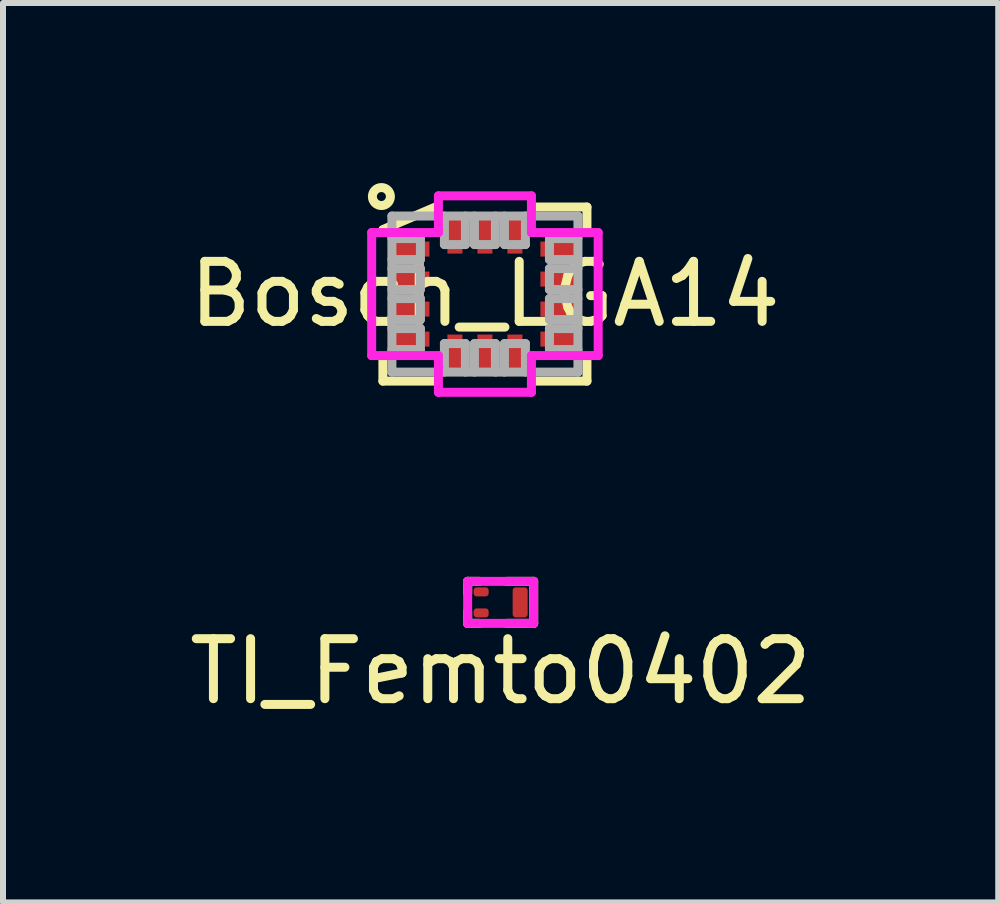
<source format=kicad_pcb>
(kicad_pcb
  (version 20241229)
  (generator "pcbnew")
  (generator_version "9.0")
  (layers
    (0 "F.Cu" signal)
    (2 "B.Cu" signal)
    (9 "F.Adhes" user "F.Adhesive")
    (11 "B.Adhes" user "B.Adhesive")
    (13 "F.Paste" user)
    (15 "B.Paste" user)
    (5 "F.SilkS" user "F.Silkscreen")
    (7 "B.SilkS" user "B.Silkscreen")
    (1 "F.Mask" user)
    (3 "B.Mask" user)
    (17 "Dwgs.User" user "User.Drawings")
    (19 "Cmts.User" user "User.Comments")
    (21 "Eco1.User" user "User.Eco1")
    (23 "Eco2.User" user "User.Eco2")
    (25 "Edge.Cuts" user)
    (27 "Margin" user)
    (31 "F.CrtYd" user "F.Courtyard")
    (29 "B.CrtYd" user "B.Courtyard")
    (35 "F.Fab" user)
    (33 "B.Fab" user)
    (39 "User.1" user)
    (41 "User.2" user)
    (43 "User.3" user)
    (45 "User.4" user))
  (footprint "Bosch_LGA14"
    (layer "F.Cu")
    (at 5.03 1.85)
    (property "Reference" "Bosch_LGA14" (at 0 0 0) (layer "F.SilkS") (effects (font (size 1 1) (thickness 0.15))))
    (attr through_hole)
    (fp_line (start -1.7 -1.075) (end -0.825 -1.45) (stroke (width 0.15) (type solid)) (layer "F.SilkS"))
    (fp_line (start -1.7 1.45) (end -1.7 1.075) (stroke (width 0.15) (type solid)) (layer "F.SilkS"))
    (fp_line (start -0.825 1.45) (end -1.7 1.45) (stroke (width 0.15) (type solid)) (layer "F.SilkS"))
    (fp_line (start 0.825 -1.45) (end 1.7 -1.45) (stroke (width 0.15) (type solid)) (layer "F.SilkS"))
    (fp_line (start 1.7 -1.45) (end 1.7 -1.075) (stroke (width 0.15) (type solid)) (layer "F.SilkS"))
    (fp_line (start 1.7 1.075) (end 1.7 1.45) (stroke (width 0.15) (type solid)) (layer "F.SilkS"))
    (fp_line (start 1.7 1.45) (end 0.825 1.45) (stroke (width 0.15) (type solid)) (layer "F.SilkS"))
    (fp_circle (center -1.725 -1.625) (end -1.725 -1.475) (stroke (width 0.15) (type solid)) (fill no) (layer "F.SilkS"))
    (fp_line (start -1.887 -1.025) (end -0.775 -1.025) (stroke (width 0.15) (type solid)) (layer "F.CrtYd"))
    (fp_line (start -1.887 1.025) (end -1.887 -1.025) (stroke (width 0.15) (type solid)) (layer "F.CrtYd"))
    (fp_line (start -0.775 -1.637) (end 0.775 -1.637) (stroke (width 0.15) (type solid)) (layer "F.CrtYd"))
    (fp_line (start -0.775 -1.025) (end -0.775 -1.637) (stroke (width 0.15) (type solid)) (layer "F.CrtYd"))
    (fp_line (start -0.775 1.025) (end -1.887 1.025) (stroke (width 0.15) (type solid)) (layer "F.CrtYd"))
    (fp_line (start -0.775 1.637) (end -0.775 1.025) (stroke (width 0.15) (type solid)) (layer "F.CrtYd"))
    (fp_line (start 0.775 -1.637) (end 0.775 -1.025) (stroke (width 0.15) (type solid)) (layer "F.CrtYd"))
    (fp_line (start 0.775 -1.025) (end 1.887 -1.025) (stroke (width 0.15) (type solid)) (layer "F.CrtYd"))
    (fp_line (start 0.775 1.025) (end 0.775 1.637) (stroke (width 0.15) (type solid)) (layer "F.CrtYd"))
    (fp_line (start 0.775 1.637) (end -0.775 1.637) (stroke (width 0.15) (type solid)) (layer "F.CrtYd"))
    (fp_line (start 1.887 -1.025) (end 1.887 1.025) (stroke (width 0.15) (type solid)) (layer "F.CrtYd"))
    (fp_line (start 1.887 1.025) (end 0.775 1.025) (stroke (width 0.15) (type solid)) (layer "F.CrtYd"))
    (fp_line (start -1.55 -1.3) (end 1.55 -1.3) (stroke (width 0.15) (type solid)) (layer "F.Fab"))
    (fp_line (start -1.55 -0.925) (end -1.075 -0.925) (stroke (width 0.15) (type solid)) (layer "F.Fab"))
    (fp_line (start -1.55 -0.425) (end -1.075 -0.425) (stroke (width 0.15) (type solid)) (layer "F.Fab"))
    (fp_line (start -1.55 0.075) (end -1.075 0.075) (stroke (width 0.15) (type solid)) (layer "F.Fab"))
    (fp_line (start -1.55 0.575) (end -1.075 0.575) (stroke (width 0.15) (type solid)) (layer "F.Fab"))
    (fp_line (start -1.55 1.3) (end -1.55 -1.3) (stroke (width 0.15) (type solid)) (layer "F.Fab"))
    (fp_line (start -1.075 -0.925) (end -1.075 -0.575) (stroke (width 0.15) (type solid)) (layer "F.Fab"))
    (fp_line (start -1.075 -0.575) (end -1.55 -0.575) (stroke (width 0.15) (type solid)) (layer "F.Fab"))
    (fp_line (start -1.075 -0.425) (end -1.075 -0.075) (stroke (width 0.15) (type solid)) (layer "F.Fab"))
    (fp_line (start -1.075 -0.075) (end -1.55 -0.075) (stroke (width 0.15) (type solid)) (layer "F.Fab"))
    (fp_line (start -1.075 0.075) (end -1.075 0.425) (stroke (width 0.15) (type solid)) (layer "F.Fab"))
    (fp_line (start -1.075 0.425) (end -1.55 0.425) (stroke (width 0.15) (type solid)) (layer "F.Fab"))
    (fp_line (start -1.075 0.575) (end -1.075 0.925) (stroke (width 0.15) (type solid)) (layer "F.Fab"))
    (fp_line (start -1.075 0.925) (end -1.55 0.925) (stroke (width 0.15) (type solid)) (layer "F.Fab"))
    (fp_line (start -0.675 -0.825) (end -0.675 -1.3) (stroke (width 0.15) (type solid)) (layer "F.Fab"))
    (fp_line (start -0.675 0.825) (end -0.325 0.825) (stroke (width 0.15) (type solid)) (layer "F.Fab"))
    (fp_line (start -0.675 1.3) (end -0.675 0.825) (stroke (width 0.15) (type solid)) (layer "F.Fab"))
    (fp_line (start -0.325 -1.3) (end -0.325 -0.825) (stroke (width 0.15) (type solid)) (layer "F.Fab"))
    (fp_line (start -0.325 -0.825) (end -0.675 -0.825) (stroke (width 0.15) (type solid)) (layer "F.Fab"))
    (fp_line (start -0.325 0.825) (end -0.325 1.3) (stroke (width 0.15) (type solid)) (layer "F.Fab"))
    (fp_line (start -0.175 -0.825) (end -0.175 -1.3) (stroke (width 0.15) (type solid)) (layer "F.Fab"))
    (fp_line (start -0.175 0.825) (end 0.175 0.825) (stroke (width 0.15) (type solid)) (layer "F.Fab"))
    (fp_line (start -0.175 1.3) (end -0.175 0.825) (stroke (width 0.15) (type solid)) (layer "F.Fab"))
    (fp_line (start 0.175 -1.3) (end 0.175 -0.825) (stroke (width 0.15) (type solid)) (layer "F.Fab"))
    (fp_line (start 0.175 -0.825) (end -0.175 -0.825) (stroke (width 0.15) (type solid)) (layer "F.Fab"))
    (fp_line (start 0.175 0.825) (end 0.175 1.3) (stroke (width 0.15) (type solid)) (layer "F.Fab"))
    (fp_line (start 0.325 -0.825) (end 0.325 -1.3) (stroke (width 0.15) (type solid)) (layer "F.Fab"))
    (fp_line (start 0.325 0.825) (end 0.675 0.825) (stroke (width 0.15) (type solid)) (layer "F.Fab"))
    (fp_line (start 0.325 1.3) (end 0.325 0.825) (stroke (width 0.15) (type solid)) (layer "F.Fab"))
    (fp_line (start 0.675 -1.3) (end 0.675 -0.825) (stroke (width 0.15) (type solid)) (layer "F.Fab"))
    (fp_line (start 0.675 -0.825) (end 0.325 -0.825) (stroke (width 0.15) (type solid)) (layer "F.Fab"))
    (fp_line (start 0.675 0.825) (end 0.675 1.3) (stroke (width 0.15) (type solid)) (layer "F.Fab"))
    (fp_line (start 1.075 -0.925) (end 1.55 -0.925) (stroke (width 0.15) (type solid)) (layer "F.Fab"))
    (fp_line (start 1.075 -0.575) (end 1.075 -0.925) (stroke (width 0.15) (type solid)) (layer "F.Fab"))
    (fp_line (start 1.075 -0.425) (end 1.55 -0.425) (stroke (width 0.15) (type solid)) (layer "F.Fab"))
    (fp_line (start 1.075 -0.075) (end 1.075 -0.425) (stroke (width 0.15) (type solid)) (layer "F.Fab"))
    (fp_line (start 1.075 0.075) (end 1.55 0.075) (stroke (width 0.15) (type solid)) (layer "F.Fab"))
    (fp_line (start 1.075 0.425) (end 1.075 0.075) (stroke (width 0.15) (type solid)) (layer "F.Fab"))
    (fp_line (start 1.075 0.575) (end 1.55 0.575) (stroke (width 0.15) (type solid)) (layer "F.Fab"))
    (fp_line (start 1.075 0.925) (end 1.075 0.575) (stroke (width 0.15) (type solid)) (layer "F.Fab"))
    (fp_line (start 1.55 -1.3) (end 1.55 1.3) (stroke (width 0.15) (type solid)) (layer "F.Fab"))
    (fp_line (start 1.55 -0.575) (end 1.075 -0.575) (stroke (width 0.15) (type solid)) (layer "F.Fab"))
    (fp_line (start 1.55 -0.075) (end 1.075 -0.075) (stroke (width 0.15) (type solid)) (layer "F.Fab"))
    (fp_line (start 1.55 0.425) (end 1.075 0.425) (stroke (width 0.15) (type solid)) (layer "F.Fab"))
    (fp_line (start 1.55 0.925) (end 1.075 0.925) (stroke (width 0.15) (type solid)) (layer "F.Fab"))
    (fp_line (start 1.55 1.3) (end -1.55 1.3) (stroke (width 0.15) (type solid)) (layer "F.Fab"))
    (pad "1" smd rect (at -1.262 -0.75) (size 0.675 0.25) (layers "F.Cu" "F.Mask" "F.Paste"))
    (pad "2" smd rect (at -1.262 -0.25) (size 0.675 0.25) (layers "F.Cu" "F.Mask" "F.Paste"))
    (pad "3" smd rect (at -1.262 0.25) (size 0.675 0.25) (layers "F.Cu" "F.Mask" "F.Paste"))
    (pad "4" smd rect (at -1.262 0.75) (size 0.675 0.25) (layers "F.Cu" "F.Mask" "F.Paste"))
    (pad "5" smd rect (at -0.5 1.012) (size 0.25 0.675) (layers "F.Cu" "F.Mask" "F.Paste"))
    (pad "6" smd rect (at 0 1.012) (size 0.25 0.675) (layers "F.Cu" "F.Mask" "F.Paste"))
    (pad "7" smd rect (at 0.5 1.012) (size 0.25 0.675) (layers "F.Cu" "F.Mask" "F.Paste"))
    (pad "8" smd rect (at 1.262 0.75) (size 0.675 0.25) (layers "F.Cu" "F.Mask" "F.Paste"))
    (pad "9" smd rect (at 1.262 0.25) (size 0.675 0.25) (layers "F.Cu" "F.Mask" "F.Paste"))
    (pad "10" smd rect (at 1.262 -0.25) (size 0.675 0.25) (layers "F.Cu" "F.Mask" "F.Paste"))
    (pad "11" smd rect (at 1.262 -0.75) (size 0.675 0.25) (layers "F.Cu" "F.Mask" "F.Paste"))
    (pad "12" smd rect (at 0.5 -1.012) (size 0.25 0.675) (layers "F.Cu" "F.Mask" "F.Paste"))
    (pad "13" smd rect (at 0 -1.012) (size 0.25 0.675) (layers "F.Cu" "F.Mask" "F.Paste"))
    (pad "14" smd rect (at -0.5 -1.012) (size 0.25 0.675) (layers "F.Cu" "F.Mask" "F.Paste")))
  (footprint "TI_Femto0402"
    (layer "F.Cu")
    (at 5.292 6.987)
    (property "Reference" "TI_Femto0402" (at 0 1.15 0) (layer "F.SilkS") (effects (font (size 1 1) (thickness 0.15))))
    (attr through_hole)
    (fp_line (start -0.55 -0.35) (end -0.55 -0.15) (stroke (width 0.15) (type solid)) (layer "F.SilkS"))
    (fp_line (start -0.55 0.15) (end -0.55 0.35) (stroke (width 0.15) (type solid)) (layer "F.SilkS"))
    (fp_line (start -0.55 0.35) (end -0.35 0.35) (stroke (width 0.15) (type solid)) (layer "F.SilkS"))
    (fp_line (start -0.35 -0.35) (end -0.55 -0.35) (stroke (width 0.15) (type solid)) (layer "F.SilkS"))
    (fp_line (start 0.1 -0.35) (end 0.55 -0.35) (stroke (width 0.15) (type solid)) (layer "F.SilkS"))
    (fp_line (start 0.55 -0.35) (end 0.55 0.35) (stroke (width 0.15) (type solid)) (layer "F.SilkS"))
    (fp_line (start 0.55 0.35) (end 0.1 0.35) (stroke (width 0.15) (type solid)) (layer "F.SilkS"))
    (fp_line (start -0.55 -0.35) (end 0.55 -0.35) (stroke (width 0.15) (type solid)) (layer "F.CrtYd"))
    (fp_line (start -0.55 0.35) (end -0.55 -0.35) (stroke (width 0.15) (type solid)) (layer "F.CrtYd"))
    (fp_line (start 0.55 -0.35) (end 0.55 0.35) (stroke (width 0.15) (type solid)) (layer "F.CrtYd"))
    (fp_line (start 0.55 0.35) (end -0.55 0.35) (stroke (width 0.15) (type solid)) (layer "F.CrtYd"))
    (pad "1" smd roundrect (at -0.325 -0.175) (size 0.25 0.15) (layers "F.Cu" "F.Mask" "F.Paste") (roundrect_rratio 0.33))
    (pad "2" smd roundrect (at -0.325 0.175) (size 0.25 0.15) (layers "F.Cu" "F.Mask" "F.Paste") (roundrect_rratio 0.33))
    (pad "3" smd roundrect (at 0.325 0) (size 0.25 0.5) (layers "F.Cu" "F.Mask" "F.Paste") (roundrect_rratio 0.2)))
  (gr_rect
    (start -3 -3)
    (end 13.583 11.986)
    (stroke (width 0.1) (type default))
    (fill no)
    (layer "Edge.Cuts")))
</source>
